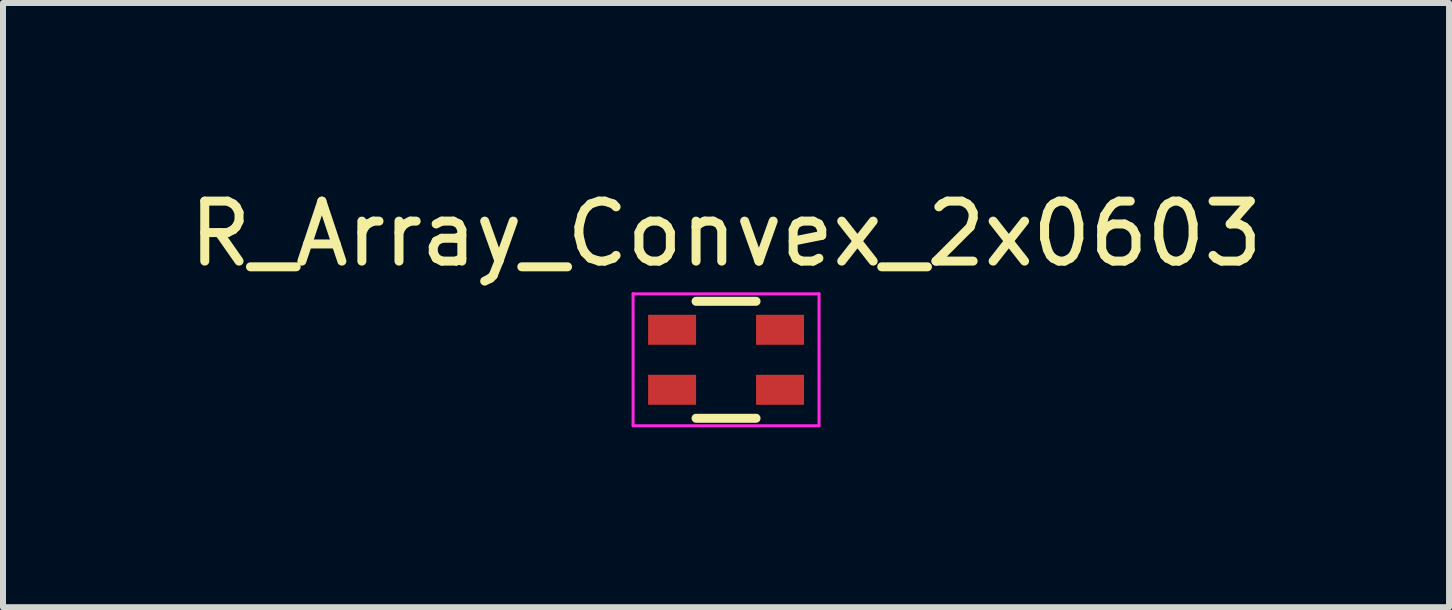
<source format=kicad_pcb>
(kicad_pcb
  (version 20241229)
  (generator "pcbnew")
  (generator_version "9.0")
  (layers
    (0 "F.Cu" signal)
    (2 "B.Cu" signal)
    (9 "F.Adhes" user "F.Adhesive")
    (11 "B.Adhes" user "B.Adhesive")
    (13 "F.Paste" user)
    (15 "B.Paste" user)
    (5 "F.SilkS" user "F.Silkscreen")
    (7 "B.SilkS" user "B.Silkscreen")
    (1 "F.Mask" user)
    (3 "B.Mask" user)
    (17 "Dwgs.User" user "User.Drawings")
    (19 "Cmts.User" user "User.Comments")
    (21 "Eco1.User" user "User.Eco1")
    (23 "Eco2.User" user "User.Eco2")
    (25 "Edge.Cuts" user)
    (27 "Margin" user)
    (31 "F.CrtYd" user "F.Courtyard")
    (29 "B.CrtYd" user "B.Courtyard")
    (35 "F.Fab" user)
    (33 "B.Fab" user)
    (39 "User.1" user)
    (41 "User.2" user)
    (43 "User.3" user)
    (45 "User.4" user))
  (footprint "R_Array_Convex_2x0603"
    (layer "F.Cu")
    (at 9.054 2.948)
    (property "Reference" "R_Array_Convex_2x0603" (at 0 -2.1 0) (layer "F.SilkS") (effects (font (size 1 1) (thickness 0.15))))
    (attr smd)
    (fp_line (start 0.5 -0.975) (end -0.5 -0.975) (stroke (width 0.15) (type solid)) (layer "F.SilkS"))
    (fp_line (start 0.5 0.975) (end -0.5 0.975) (stroke (width 0.15) (type solid)) (layer "F.SilkS"))
    (fp_line (start -1.55 -1.1) (end -1.55 1.1) (stroke (width 0.05) (type solid)) (layer "F.CrtYd"))
    (fp_line (start -1.55 -1.1) (end 1.55 -1.1) (stroke (width 0.05) (type solid)) (layer "F.CrtYd"))
    (fp_line (start -1.55 1.1) (end 1.55 1.1) (stroke (width 0.05) (type solid)) (layer "F.CrtYd"))
    (fp_line (start 1.55 -1.1) (end 1.55 1.1) (stroke (width 0.05) (type solid)) (layer "F.CrtYd"))
    (pad "1" smd rect (at -0.9 -0.5) (size 0.8 0.5) (layers "F.Cu" "F.Mask" "F.Paste"))
    (pad "2" smd rect (at -0.9 0.5) (size 0.8 0.5) (layers "F.Cu" "F.Mask" "F.Paste"))
    (pad "3" smd rect (at 0.9 0.5) (size 0.8 0.5) (layers "F.Cu" "F.Mask" "F.Paste"))
    (pad "4" smd rect (at 0.9 -0.5) (size 0.8 0.5) (layers "F.Cu" "F.Mask" "F.Paste")))
  (gr_rect
    (start -3 -3)
    (end 21.107 7.073)
    (stroke (width 0.1) (type default))
    (fill no)
    (layer "Edge.Cuts")))
</source>
